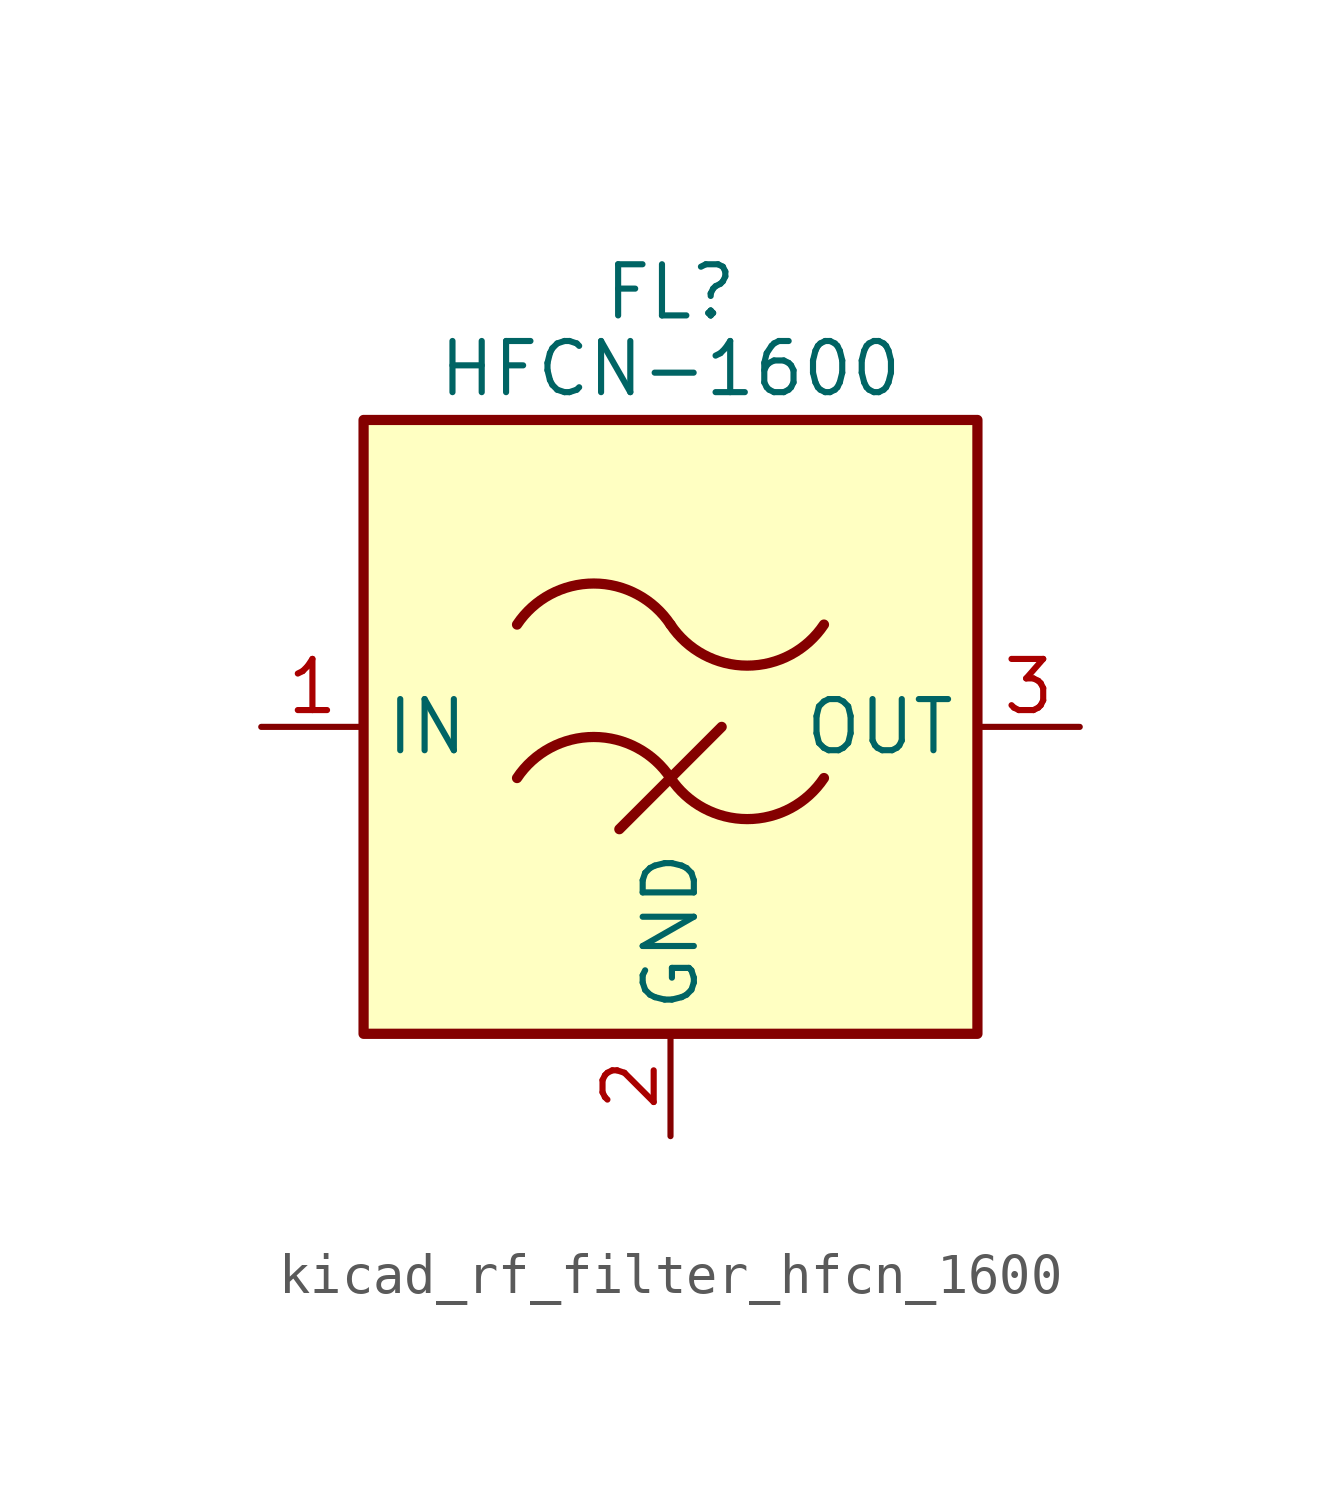
<source format=kicad_sym>
(kicad_symbol_lib
  (version 20220914)
  (generator kicad_symbol_editor)
  (symbol "kicad_rf_filter_hfcn_1600"
    (property "Reference" "FL"
      (at 0 10.795 0)
      (effects (font (size 1.27 1.27))))
    (property "Value" "HFCN-1600"
      (at 0 8.89 0)
      (effects (font (size 1.27 1.27))))
    (symbol "kicad_rf_filter_hfcn_1600_0_1"
      (rectangle (start -7.62 7.62) (end 7.62 -7.62) (stroke (width 0.254) (type default)) (fill (type background)))
      (arc (start 0 -1.27) (mid -1.905 -0.2505) (end -3.81 -1.27) (stroke (width 0.254) (type default)) (fill (type none)))
      (arc (start 0 -1.27) (mid 1.905 -2.2895) (end 3.81 -1.27) (stroke (width 0.254) (type default)) (fill (type none)))
      (polyline (pts (xy -1.27 -2.54) (xy 1.27 0)) (stroke (width 0.254) (type default)) (fill (type none)))
      (arc (start 0 2.54) (mid -1.905 3.5595) (end -3.81 2.54) (stroke (width 0.254) (type default)) (fill (type none)))
      (arc (start 0 2.54) (mid 1.905 1.5205) (end 3.81 2.54) (stroke (width 0.254) (type default)) (fill (type none))))
    (symbol "kicad_rf_filter_hfcn_1600_1_1"
      (pin passive line (at -10.16 0 0) (length 2.54) (name "IN" (effects (font (size 1.27 1.27)))) (number "1" (effects (font (size 1.27 1.27)))))
      (pin passive line (at 0 -10.16 90) (length 2.54) (name "GND" (effects (font (size 1.27 1.27)))) (number "2" (effects (font (size 1.27 1.27)))))
      (pin passive line (at 10.16 0 180) (length 2.54) (name "OUT" (effects (font (size 1.27 1.27)))) (number "3" (effects (font (size 1.27 1.27)))))
      (pin passive line (at 0 -10.16 90) (length 2.54) hide (name "GND" (effects (font (size 1.27 1.27)))) (number "4" (effects (font (size 1.27 1.27))))))))
</source>
